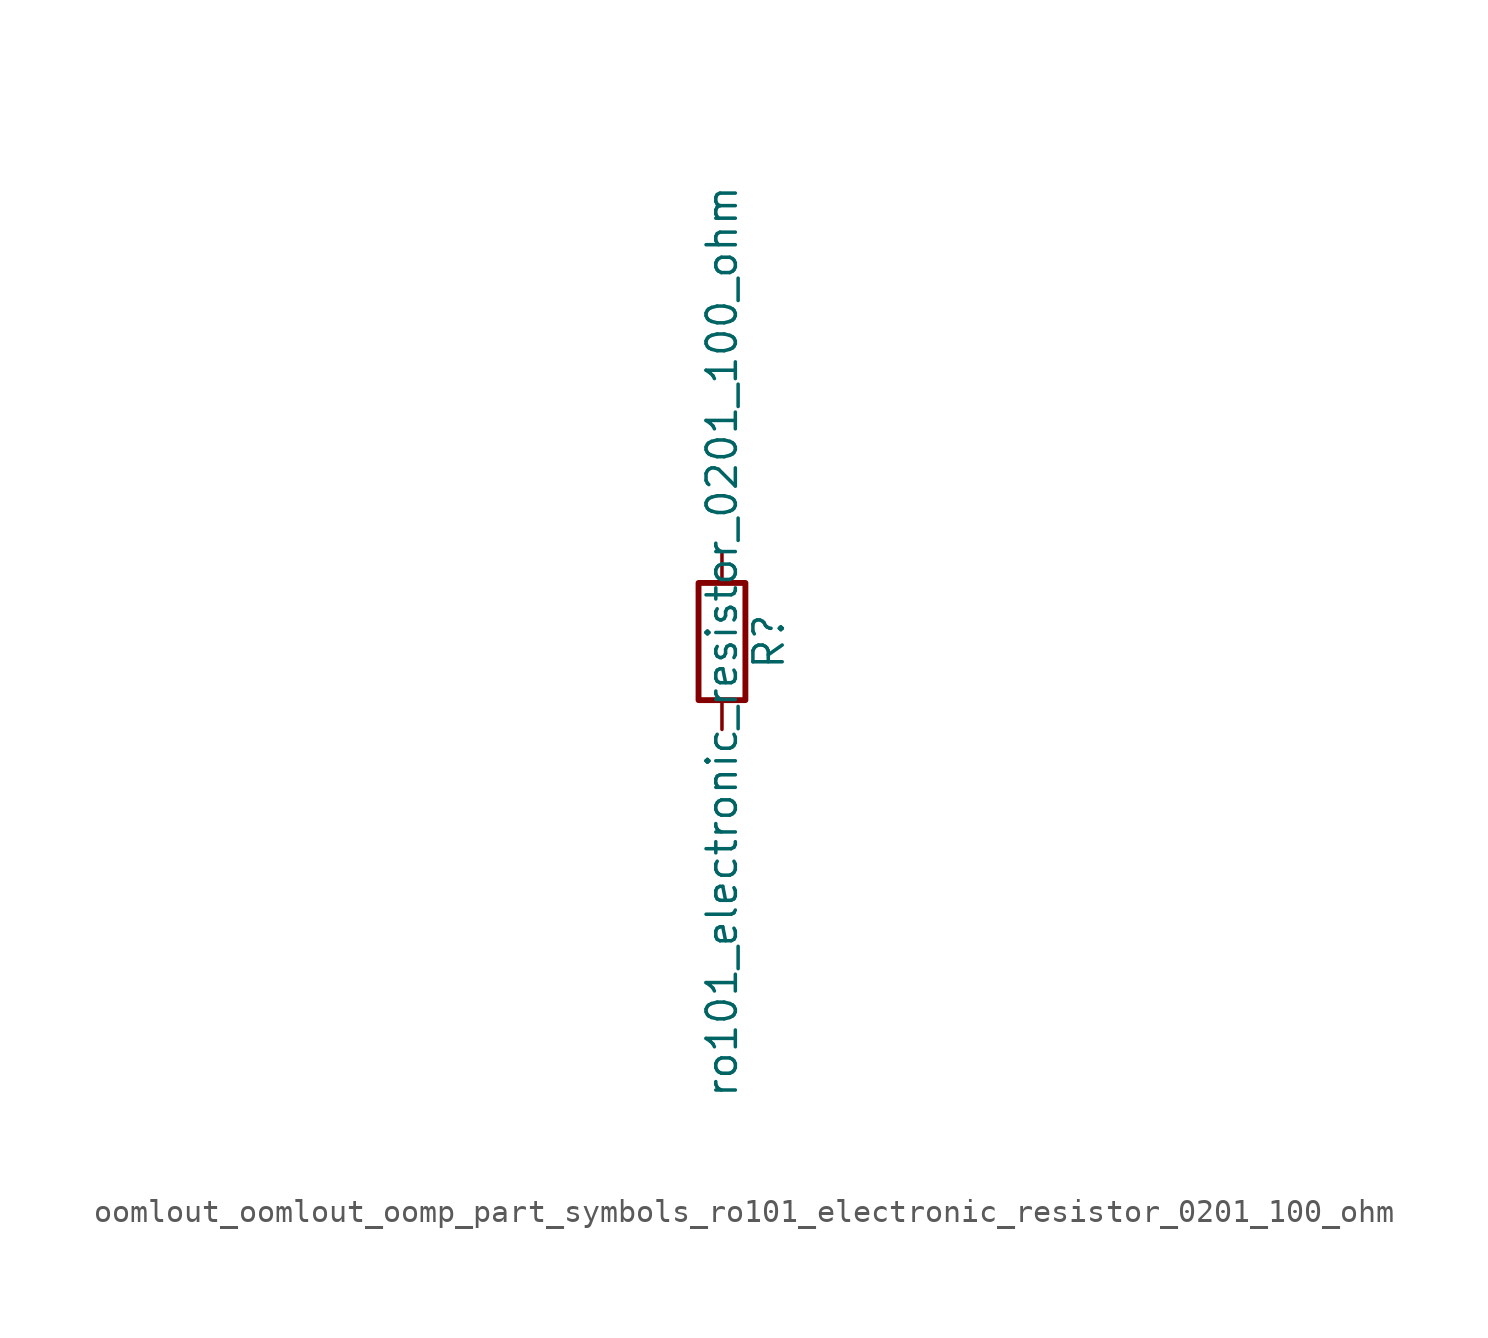
<source format=kicad_sym>
(kicad_symbol_lib
  (version 20220914)
  (generator kicad_symbol_editor)
  (symbol "oomlout_oomlout_oomp_part_symbols_ro101_electronic_resistor_0201_100_ohm"
    (pin_numbers hide)
    (pin_names
      (offset 0))
    (property "Reference" "R"
      (at 2.032 0 90)
      (effects (font (size 1.27 1.27))))
    (property "Value" "ro101_electronic_resistor_0201_100_ohm"
      (at 0 0 90)
      (effects (font (size 1.27 1.27))))
    (symbol "oomlout_oomlout_oomp_part_symbols_ro101_electronic_resistor_0201_100_ohm_0_1"
      (rectangle (start -1.016 -2.54) (end 1.016 2.54) (stroke (width 0.254) (type default)) (fill (type none))))
    (symbol "oomlout_oomlout_oomp_part_symbols_ro101_electronic_resistor_0201_100_ohm_1_1"
      (pin passive line (at 0 3.81 270) (length 1.27) (name "~" (effects (font (size 1.27 1.27)))) (number "1" (effects (font (size 1.27 1.27)))))
      (pin passive line (at 0 -3.81 90) (length 1.27) (name "~" (effects (font (size 1.27 1.27)))) (number "2" (effects (font (size 1.27 1.27))))))))
</source>
